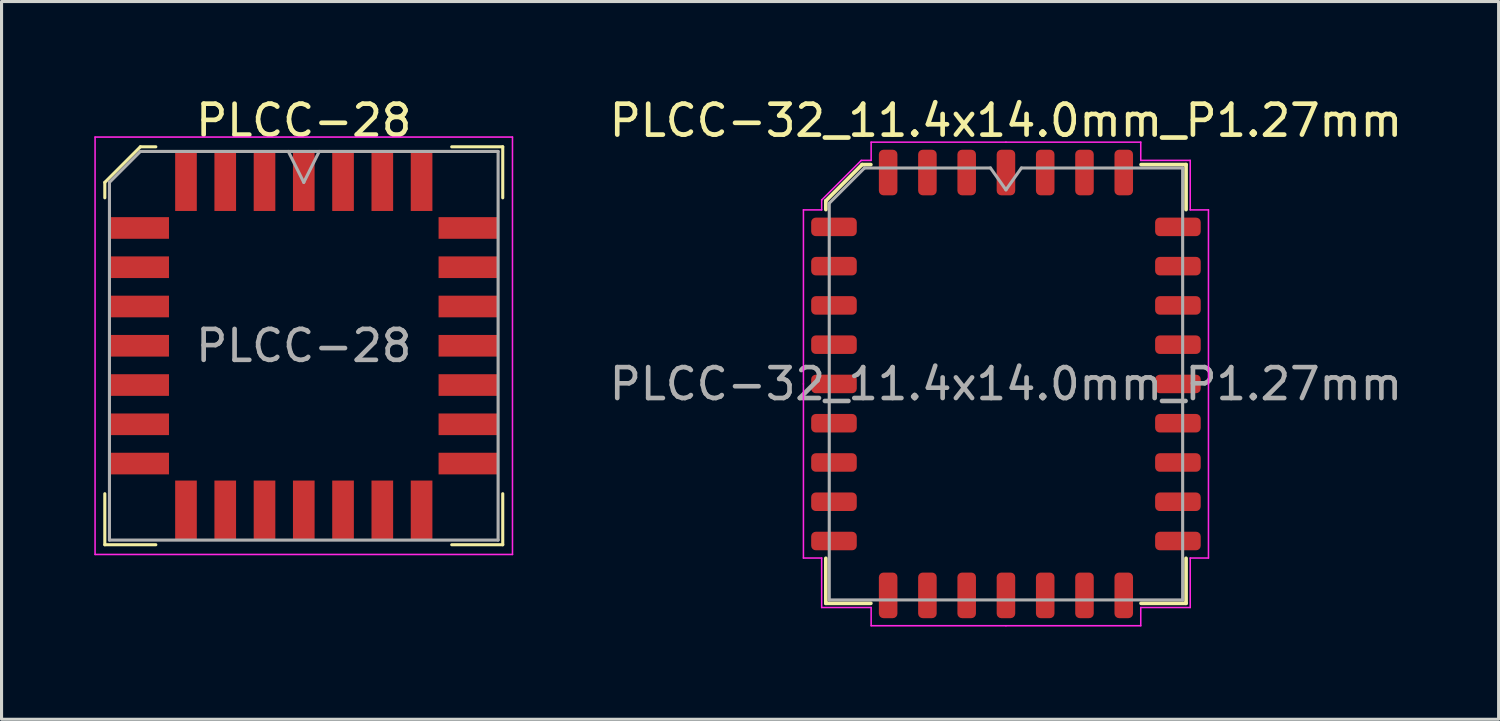
<source format=kicad_pcb>
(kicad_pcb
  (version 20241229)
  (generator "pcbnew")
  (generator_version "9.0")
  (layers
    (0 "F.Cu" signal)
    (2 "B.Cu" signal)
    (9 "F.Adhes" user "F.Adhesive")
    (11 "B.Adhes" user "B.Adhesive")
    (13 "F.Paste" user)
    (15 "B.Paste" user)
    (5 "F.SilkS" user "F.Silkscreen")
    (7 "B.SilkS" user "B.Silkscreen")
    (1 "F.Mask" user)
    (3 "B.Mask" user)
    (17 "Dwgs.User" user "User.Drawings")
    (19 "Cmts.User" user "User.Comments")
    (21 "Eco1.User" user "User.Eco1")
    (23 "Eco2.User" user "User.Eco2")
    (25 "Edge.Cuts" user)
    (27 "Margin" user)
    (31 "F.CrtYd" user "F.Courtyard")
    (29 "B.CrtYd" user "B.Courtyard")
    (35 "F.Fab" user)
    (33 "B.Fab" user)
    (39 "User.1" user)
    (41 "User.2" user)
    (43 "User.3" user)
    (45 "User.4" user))
  (footprint "PLCC-32_11.4x14.0mm_P1.27mm"
    (layer "F.Cu")
    (at 29.485 9.368)
    (property "Reference" "PLCC-32_11.4x14.0mm_P1.27mm" (at 0 -8.52 0) (layer "F.SilkS") (effects (font (size 1 1) (thickness 0.15))))
    (attr smd)
    (fp_line (start -5.825 -5.923) (end -5.825 -5.64) (stroke (width 0.12) (type solid)) (layer "F.SilkS"))
    (fp_line (start -5.825 7.095) (end -5.825 5.64) (stroke (width 0.12) (type solid)) (layer "F.SilkS"))
    (fp_line (start -4.653 -7.095) (end -5.825 -5.923) (stroke (width 0.12) (type solid)) (layer "F.SilkS"))
    (fp_line (start -4.37 -7.095) (end -4.653 -7.095) (stroke (width 0.12) (type solid)) (layer "F.SilkS"))
    (fp_line (start -4.37 7.095) (end -5.825 7.095) (stroke (width 0.12) (type solid)) (layer "F.SilkS"))
    (fp_line (start 4.37 -7.095) (end 5.825 -7.095) (stroke (width 0.12) (type solid)) (layer "F.SilkS"))
    (fp_line (start 4.37 7.095) (end 5.825 7.095) (stroke (width 0.12) (type solid)) (layer "F.SilkS"))
    (fp_line (start 5.825 -7.095) (end 5.825 -5.64) (stroke (width 0.12) (type solid)) (layer "F.SilkS"))
    (fp_line (start 5.825 7.095) (end 5.825 5.64) (stroke (width 0.12) (type solid)) (layer "F.SilkS"))
    (fp_line (start -6.55 -5.63) (end -6.55 0) (stroke (width 0.05) (type solid)) (layer "F.CrtYd"))
    (fp_line (start -6.55 5.63) (end -6.55 0) (stroke (width 0.05) (type solid)) (layer "F.CrtYd"))
    (fp_line (start -5.96 -5.95) (end -5.96 -5.63) (stroke (width 0.05) (type solid)) (layer "F.CrtYd"))
    (fp_line (start -5.96 -5.63) (end -6.55 -5.63) (stroke (width 0.05) (type solid)) (layer "F.CrtYd"))
    (fp_line (start -5.96 5.63) (end -6.55 5.63) (stroke (width 0.05) (type solid)) (layer "F.CrtYd"))
    (fp_line (start -5.96 7.23) (end -5.96 5.63) (stroke (width 0.05) (type solid)) (layer "F.CrtYd"))
    (fp_line (start -4.68 -7.23) (end -5.96 -5.95) (stroke (width 0.05) (type solid)) (layer "F.CrtYd"))
    (fp_line (start -4.36 -7.82) (end -4.36 -7.23) (stroke (width 0.05) (type solid)) (layer "F.CrtYd"))
    (fp_line (start -4.36 -7.23) (end -4.68 -7.23) (stroke (width 0.05) (type solid)) (layer "F.CrtYd"))
    (fp_line (start -4.36 7.23) (end -5.96 7.23) (stroke (width 0.05) (type solid)) (layer "F.CrtYd"))
    (fp_line (start -4.36 7.82) (end -4.36 7.23) (stroke (width 0.05) (type solid)) (layer "F.CrtYd"))
    (fp_line (start 0 -7.82) (end -4.36 -7.82) (stroke (width 0.05) (type solid)) (layer "F.CrtYd"))
    (fp_line (start 0 -7.82) (end 4.36 -7.82) (stroke (width 0.05) (type solid)) (layer "F.CrtYd"))
    (fp_line (start 0 7.82) (end -4.36 7.82) (stroke (width 0.05) (type solid)) (layer "F.CrtYd"))
    (fp_line (start 0 7.82) (end 4.36 7.82) (stroke (width 0.05) (type solid)) (layer "F.CrtYd"))
    (fp_line (start 4.36 -7.82) (end 4.36 -7.23) (stroke (width 0.05) (type solid)) (layer "F.CrtYd"))
    (fp_line (start 4.36 -7.23) (end 5.96 -7.23) (stroke (width 0.05) (type solid)) (layer "F.CrtYd"))
    (fp_line (start 4.36 7.23) (end 5.96 7.23) (stroke (width 0.05) (type solid)) (layer "F.CrtYd"))
    (fp_line (start 4.36 7.82) (end 4.36 7.23) (stroke (width 0.05) (type solid)) (layer "F.CrtYd"))
    (fp_line (start 5.96 -7.23) (end 5.96 -5.63) (stroke (width 0.05) (type solid)) (layer "F.CrtYd"))
    (fp_line (start 5.96 -5.63) (end 6.55 -5.63) (stroke (width 0.05) (type solid)) (layer "F.CrtYd"))
    (fp_line (start 5.96 5.63) (end 6.55 5.63) (stroke (width 0.05) (type solid)) (layer "F.CrtYd"))
    (fp_line (start 5.96 7.23) (end 5.96 5.63) (stroke (width 0.05) (type solid)) (layer "F.CrtYd"))
    (fp_line (start 6.55 -5.63) (end 6.55 0) (stroke (width 0.05) (type solid)) (layer "F.CrtYd"))
    (fp_line (start 6.55 5.63) (end 6.55 0) (stroke (width 0.05) (type solid)) (layer "F.CrtYd"))
    (fp_line (start -5.715 -5.845) (end -4.575 -6.985) (stroke (width 0.1) (type solid)) (layer "F.Fab"))
    (fp_line (start -5.715 6.985) (end -5.715 -5.845) (stroke (width 0.1) (type solid)) (layer "F.Fab"))
    (fp_line (start -4.575 -6.985) (end -0.5 -6.985) (stroke (width 0.1) (type solid)) (layer "F.Fab"))
    (fp_line (start -0.5 -6.985) (end 0 -6.278) (stroke (width 0.1) (type solid)) (layer "F.Fab"))
    (fp_line (start 0 -6.278) (end 0.5 -6.985) (stroke (width 0.1) (type solid)) (layer "F.Fab"))
    (fp_line (start 0.5 -6.985) (end 5.715 -6.985) (stroke (width 0.1) (type solid)) (layer "F.Fab"))
    (fp_line (start 5.715 -6.985) (end 5.715 6.985) (stroke (width 0.1) (type solid)) (layer "F.Fab"))
    (fp_line (start 5.715 6.985) (end -5.715 6.985) (stroke (width 0.1) (type solid)) (layer "F.Fab"))
    (fp_text user "${REFERENCE}" (at 0 0 0) (layer "F.Fab") (effects (font (size 1 1) (thickness 0.15))))
    (pad "1" smd roundrect (at 0 -6.838) (size 0.6 1.475) (layers "F.Cu" "F.Mask" "F.Paste") (roundrect_rratio 0.25))
    (pad "2" smd roundrect (at -1.27 -6.838) (size 0.6 1.475) (layers "F.Cu" "F.Mask" "F.Paste") (roundrect_rratio 0.25))
    (pad "3" smd roundrect (at -2.54 -6.838) (size 0.6 1.475) (layers "F.Cu" "F.Mask" "F.Paste") (roundrect_rratio 0.25))
    (pad "4" smd roundrect (at -3.81 -6.838) (size 0.6 1.475) (layers "F.Cu" "F.Mask" "F.Paste") (roundrect_rratio 0.25))
    (pad "5" smd roundrect (at -5.562 -5.08) (size 1.475 0.6) (layers "F.Cu" "F.Mask" "F.Paste") (roundrect_rratio 0.25))
    (pad "6" smd roundrect (at -5.562 -3.81) (size 1.475 0.6) (layers "F.Cu" "F.Mask" "F.Paste") (roundrect_rratio 0.25))
    (pad "7" smd roundrect (at -5.562 -2.54) (size 1.475 0.6) (layers "F.Cu" "F.Mask" "F.Paste") (roundrect_rratio 0.25))
    (pad "8" smd roundrect (at -5.562 -1.27) (size 1.475 0.6) (layers "F.Cu" "F.Mask" "F.Paste") (roundrect_rratio 0.25))
    (pad "9" smd roundrect (at -5.562 0) (size 1.475 0.6) (layers "F.Cu" "F.Mask" "F.Paste") (roundrect_rratio 0.25))
    (pad "10" smd roundrect (at -5.562 1.27) (size 1.475 0.6) (layers "F.Cu" "F.Mask" "F.Paste") (roundrect_rratio 0.25))
    (pad "11" smd roundrect (at -5.562 2.54) (size 1.475 0.6) (layers "F.Cu" "F.Mask" "F.Paste") (roundrect_rratio 0.25))
    (pad "12" smd roundrect (at -5.562 3.81) (size 1.475 0.6) (layers "F.Cu" "F.Mask" "F.Paste") (roundrect_rratio 0.25))
    (pad "13" smd roundrect (at -5.562 5.08) (size 1.475 0.6) (layers "F.Cu" "F.Mask" "F.Paste") (roundrect_rratio 0.25))
    (pad "14" smd roundrect (at -3.81 6.838) (size 0.6 1.475) (layers "F.Cu" "F.Mask" "F.Paste") (roundrect_rratio 0.25))
    (pad "15" smd roundrect (at -2.54 6.838) (size 0.6 1.475) (layers "F.Cu" "F.Mask" "F.Paste") (roundrect_rratio 0.25))
    (pad "16" smd roundrect (at -1.27 6.838) (size 0.6 1.475) (layers "F.Cu" "F.Mask" "F.Paste") (roundrect_rratio 0.25))
    (pad "17" smd roundrect (at 0 6.838) (size 0.6 1.475) (layers "F.Cu" "F.Mask" "F.Paste") (roundrect_rratio 0.25))
    (pad "18" smd roundrect (at 1.27 6.838) (size 0.6 1.475) (layers "F.Cu" "F.Mask" "F.Paste") (roundrect_rratio 0.25))
    (pad "19" smd roundrect (at 2.54 6.838) (size 0.6 1.475) (layers "F.Cu" "F.Mask" "F.Paste") (roundrect_rratio 0.25))
    (pad "20" smd roundrect (at 3.81 6.838) (size 0.6 1.475) (layers "F.Cu" "F.Mask" "F.Paste") (roundrect_rratio 0.25))
    (pad "21" smd roundrect (at 5.562 5.08) (size 1.475 0.6) (layers "F.Cu" "F.Mask" "F.Paste") (roundrect_rratio 0.25))
    (pad "22" smd roundrect (at 5.562 3.81) (size 1.475 0.6) (layers "F.Cu" "F.Mask" "F.Paste") (roundrect_rratio 0.25))
    (pad "23" smd roundrect (at 5.562 2.54) (size 1.475 0.6) (layers "F.Cu" "F.Mask" "F.Paste") (roundrect_rratio 0.25))
    (pad "24" smd roundrect (at 5.562 1.27) (size 1.475 0.6) (layers "F.Cu" "F.Mask" "F.Paste") (roundrect_rratio 0.25))
    (pad "25" smd roundrect (at 5.562 0) (size 1.475 0.6) (layers "F.Cu" "F.Mask" "F.Paste") (roundrect_rratio 0.25))
    (pad "26" smd roundrect (at 5.562 -1.27) (size 1.475 0.6) (layers "F.Cu" "F.Mask" "F.Paste") (roundrect_rratio 0.25))
    (pad "27" smd roundrect (at 5.562 -2.54) (size 1.475 0.6) (layers "F.Cu" "F.Mask" "F.Paste") (roundrect_rratio 0.25))
    (pad "28" smd roundrect (at 5.562 -3.81) (size 1.475 0.6) (layers "F.Cu" "F.Mask" "F.Paste") (roundrect_rratio 0.25))
    (pad "29" smd roundrect (at 5.562 -5.08) (size 1.475 0.6) (layers "F.Cu" "F.Mask" "F.Paste") (roundrect_rratio 0.25))
    (pad "30" smd roundrect (at 3.81 -6.838) (size 0.6 1.475) (layers "F.Cu" "F.Mask" "F.Paste") (roundrect_rratio 0.25))
    (pad "31" smd roundrect (at 2.54 -6.838) (size 0.6 1.475) (layers "F.Cu" "F.Mask" "F.Paste") (roundrect_rratio 0.25))
    (pad "32" smd roundrect (at 1.27 -6.838) (size 0.6 1.475) (layers "F.Cu" "F.Mask" "F.Paste") (roundrect_rratio 0.25)))
  (footprint "PLCC-28"
    (layer "F.Cu")
    (at 6.775 8.133)
    (property "Reference" "PLCC-28" (at 0 -7.285 0) (layer "F.SilkS") (effects (font (size 1 1) (thickness 0.15))))
    (attr smd)
    (fp_line (start -6.435 -5.285) (end -6.435 -4.785) (stroke (width 0.1) (type solid)) (layer "F.SilkS"))
    (fp_line (start -6.435 6.435) (end -6.435 4.785) (stroke (width 0.1) (type solid)) (layer "F.SilkS"))
    (fp_line (start -5.285 -6.435) (end -6.435 -5.285) (stroke (width 0.1) (type solid)) (layer "F.SilkS"))
    (fp_line (start -4.785 -6.435) (end -5.285 -6.435) (stroke (width 0.1) (type solid)) (layer "F.SilkS"))
    (fp_line (start -4.785 6.435) (end -6.435 6.435) (stroke (width 0.1) (type solid)) (layer "F.SilkS"))
    (fp_line (start 4.785 -6.435) (end 6.435 -6.435) (stroke (width 0.1) (type solid)) (layer "F.SilkS"))
    (fp_line (start 4.785 6.435) (end 6.435 6.435) (stroke (width 0.1) (type solid)) (layer "F.SilkS"))
    (fp_line (start 6.435 -6.435) (end 6.435 -4.785) (stroke (width 0.1) (type solid)) (layer "F.SilkS"))
    (fp_line (start 6.435 6.435) (end 6.435 4.785) (stroke (width 0.1) (type solid)) (layer "F.SilkS"))
    (fp_line (start -6.75 -6.75) (end -6.75 6.75) (stroke (width 0.05) (type solid)) (layer "F.CrtYd"))
    (fp_line (start -6.75 6.75) (end 6.75 6.75) (stroke (width 0.05) (type solid)) (layer "F.CrtYd"))
    (fp_line (start 6.75 -6.75) (end -6.75 -6.75) (stroke (width 0.05) (type solid)) (layer "F.CrtYd"))
    (fp_line (start 6.75 6.75) (end 6.75 -6.75) (stroke (width 0.05) (type solid)) (layer "F.CrtYd"))
    (fp_line (start -6.285 -5.285) (end -6.285 6.285) (stroke (width 0.1) (type solid)) (layer "F.Fab"))
    (fp_line (start -6.285 6.285) (end 6.285 6.285) (stroke (width 0.1) (type solid)) (layer "F.Fab"))
    (fp_line (start -5.285 -6.285) (end -6.285 -5.285) (stroke (width 0.1) (type solid)) (layer "F.Fab"))
    (fp_line (start -0.5 -6.285) (end 0 -5.285) (stroke (width 0.1) (type solid)) (layer "F.Fab"))
    (fp_line (start 0 -5.285) (end 0.5 -6.285) (stroke (width 0.1) (type solid)) (layer "F.Fab"))
    (fp_line (start 6.285 -6.285) (end -5.285 -6.285) (stroke (width 0.1) (type solid)) (layer "F.Fab"))
    (fp_line (start 6.285 6.285) (end 6.285 -6.285) (stroke (width 0.1) (type solid)) (layer "F.Fab"))
    (fp_text user "${REFERENCE}" (at 0 0 0) (layer "F.Fab") (effects (font (size 1 1) (thickness 0.15))))
    (pad "1" smd rect (at 0 -5.322) (size 0.7 1.925) (layers "F.Cu" "F.Mask" "F.Paste"))
    (pad "2" smd rect (at -1.27 -5.322) (size 0.7 1.925) (layers "F.Cu" "F.Mask" "F.Paste"))
    (pad "3" smd rect (at -2.54 -5.322) (size 0.7 1.925) (layers "F.Cu" "F.Mask" "F.Paste"))
    (pad "4" smd rect (at -3.81 -5.322) (size 0.7 1.925) (layers "F.Cu" "F.Mask" "F.Paste"))
    (pad "5" smd rect (at -5.322 -3.81) (size 1.925 0.7) (layers "F.Cu" "F.Mask" "F.Paste"))
    (pad "6" smd rect (at -5.322 -2.54) (size 1.925 0.7) (layers "F.Cu" "F.Mask" "F.Paste"))
    (pad "7" smd rect (at -5.322 -1.27) (size 1.925 0.7) (layers "F.Cu" "F.Mask" "F.Paste"))
    (pad "8" smd rect (at -5.322 0) (size 1.925 0.7) (layers "F.Cu" "F.Mask" "F.Paste"))
    (pad "9" smd rect (at -5.322 1.27) (size 1.925 0.7) (layers "F.Cu" "F.Mask" "F.Paste"))
    (pad "10" smd rect (at -5.322 2.54) (size 1.925 0.7) (layers "F.Cu" "F.Mask" "F.Paste"))
    (pad "11" smd rect (at -5.322 3.81) (size 1.925 0.7) (layers "F.Cu" "F.Mask" "F.Paste"))
    (pad "12" smd rect (at -3.81 5.322) (size 0.7 1.925) (layers "F.Cu" "F.Mask" "F.Paste"))
    (pad "13" smd rect (at -2.54 5.322) (size 0.7 1.925) (layers "F.Cu" "F.Mask" "F.Paste"))
    (pad "14" smd rect (at -1.27 5.322) (size 0.7 1.925) (layers "F.Cu" "F.Mask" "F.Paste"))
    (pad "15" smd rect (at 0 5.322) (size 0.7 1.925) (layers "F.Cu" "F.Mask" "F.Paste"))
    (pad "16" smd rect (at 1.27 5.322) (size 0.7 1.925) (layers "F.Cu" "F.Mask" "F.Paste"))
    (pad "17" smd rect (at 2.54 5.322) (size 0.7 1.925) (layers "F.Cu" "F.Mask" "F.Paste"))
    (pad "18" smd rect (at 3.81 5.322) (size 0.7 1.925) (layers "F.Cu" "F.Mask" "F.Paste"))
    (pad "19" smd rect (at 5.322 3.81) (size 1.925 0.7) (layers "F.Cu" "F.Mask" "F.Paste"))
    (pad "20" smd rect (at 5.322 2.54) (size 1.925 0.7) (layers "F.Cu" "F.Mask" "F.Paste"))
    (pad "21" smd rect (at 5.322 1.27) (size 1.925 0.7) (layers "F.Cu" "F.Mask" "F.Paste"))
    (pad "22" smd rect (at 5.322 0) (size 1.925 0.7) (layers "F.Cu" "F.Mask" "F.Paste"))
    (pad "23" smd rect (at 5.322 -1.27) (size 1.925 0.7) (layers "F.Cu" "F.Mask" "F.Paste"))
    (pad "24" smd rect (at 5.322 -2.54) (size 1.925 0.7) (layers "F.Cu" "F.Mask" "F.Paste"))
    (pad "25" smd rect (at 5.322 -3.81) (size 1.925 0.7) (layers "F.Cu" "F.Mask" "F.Paste"))
    (pad "26" smd rect (at 3.81 -5.322) (size 0.7 1.925) (layers "F.Cu" "F.Mask" "F.Paste"))
    (pad "27" smd rect (at 2.54 -5.322) (size 0.7 1.925) (layers "F.Cu" "F.Mask" "F.Paste"))
    (pad "28" smd rect (at 1.27 -5.322) (size 0.7 1.925) (layers "F.Cu" "F.Mask" "F.Paste")))
  (gr_rect
    (start -3 -3)
    (end 45.419 20.213)
    (stroke (width 0.1) (type default))
    (fill no)
    (layer "Edge.Cuts")))
</source>
